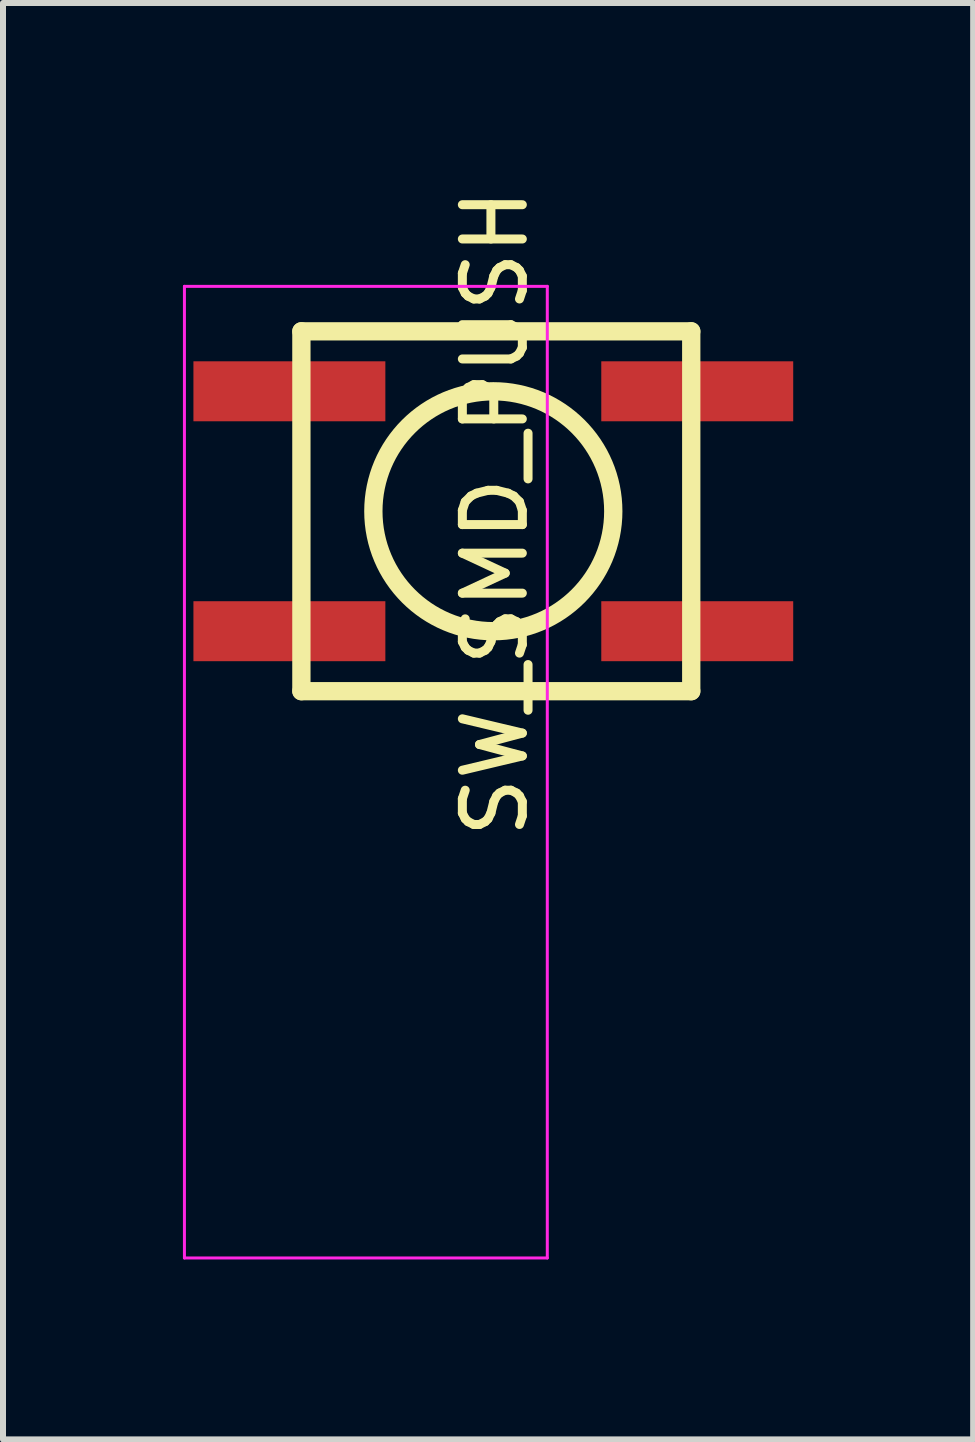
<source format=kicad_pcb>
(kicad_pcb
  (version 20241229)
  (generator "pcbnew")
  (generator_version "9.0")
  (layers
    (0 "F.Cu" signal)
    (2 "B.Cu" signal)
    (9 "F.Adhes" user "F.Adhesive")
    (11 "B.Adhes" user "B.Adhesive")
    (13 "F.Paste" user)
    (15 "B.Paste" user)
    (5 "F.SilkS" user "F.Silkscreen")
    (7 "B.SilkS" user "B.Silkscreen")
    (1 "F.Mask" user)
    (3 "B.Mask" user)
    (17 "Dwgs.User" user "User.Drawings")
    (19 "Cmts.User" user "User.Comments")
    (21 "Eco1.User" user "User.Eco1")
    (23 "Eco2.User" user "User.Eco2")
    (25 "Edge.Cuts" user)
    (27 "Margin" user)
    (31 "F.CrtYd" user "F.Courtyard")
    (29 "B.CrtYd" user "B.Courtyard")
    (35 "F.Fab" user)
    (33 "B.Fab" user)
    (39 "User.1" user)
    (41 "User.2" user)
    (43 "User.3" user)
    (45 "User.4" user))
  (footprint "SW_SMD_PUSH"
    (layer "F.Cu")
    (at 1.775 3.474)
    (property "Reference" "SW_SMD_PUSH" (at 3.429 2.032 90) (layer "F.SilkS") (effects (font (size 1 1) (thickness 0.15))))
    (attr through_hole)
    (fp_line (start 0.2 -1) (end 0.2 5) (stroke (width 0.305) (type solid)) (layer "F.SilkS"))
    (fp_line (start 0.2 -1) (end 6.7 -1) (stroke (width 0.305) (type solid)) (layer "F.SilkS"))
    (fp_line (start 0.2 5) (end 6.7 5) (stroke (width 0.305) (type solid)) (layer "F.SilkS"))
    (fp_line (start 6.7 5) (end 6.7 -1) (stroke (width 0.305) (type solid)) (layer "F.SilkS"))
    (fp_circle (center 3.4 2) (end 3.4 0) (stroke (width 0.305) (type solid)) (fill no) (layer "F.SilkS"))
    (fp_line (start -1.75 -1.75) (end -1.75 14.45) (stroke (width 0.05) (type solid)) (layer "F.CrtYd"))
    (fp_line (start -1.75 -1.75) (end 4.3 -1.75) (stroke (width 0.05) (type solid)) (layer "F.CrtYd"))
    (fp_line (start -1.75 14.45) (end 4.3 14.45) (stroke (width 0.05) (type solid)) (layer "F.CrtYd"))
    (fp_line (start 4.3 -1.75) (end 4.3 14.45) (stroke (width 0.05) (type solid)) (layer "F.CrtYd"))
    (pad "1" smd rect (at 0 0) (size 3.2 1) (layers "F.Cu" "F.Mask" "F.Paste"))
    (pad "1" smd rect (at 6.8 0) (size 3.2 1) (layers "F.Cu" "F.Mask" "F.Paste"))
    (pad "2" smd rect (at 0 4) (size 3.2 1) (layers "F.Cu" "F.Mask" "F.Paste"))
    (pad "2" smd rect (at 6.8 4) (size 3.2 1) (layers "F.Cu" "F.Mask" "F.Paste")))
  (gr_rect
    (start -3 -3)
    (end 13.175 20.949)
    (stroke (width 0.1) (type default))
    (fill no)
    (layer "Edge.Cuts")))
</source>
